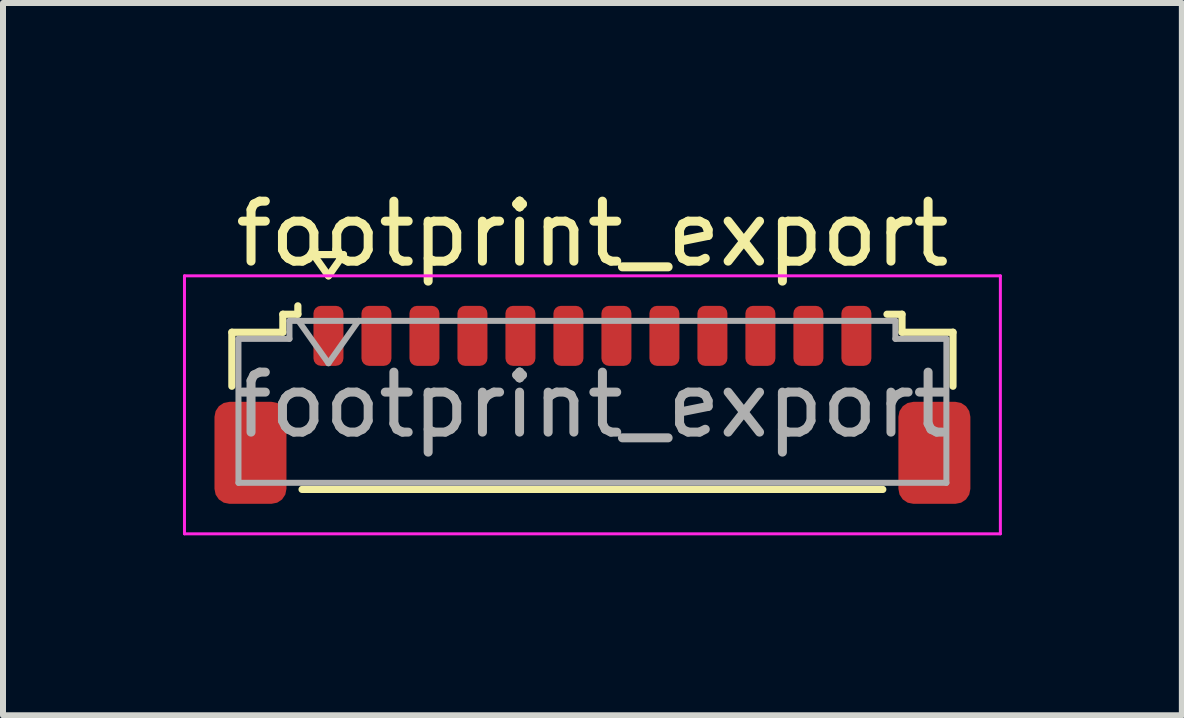
<source format=kicad_pcb>
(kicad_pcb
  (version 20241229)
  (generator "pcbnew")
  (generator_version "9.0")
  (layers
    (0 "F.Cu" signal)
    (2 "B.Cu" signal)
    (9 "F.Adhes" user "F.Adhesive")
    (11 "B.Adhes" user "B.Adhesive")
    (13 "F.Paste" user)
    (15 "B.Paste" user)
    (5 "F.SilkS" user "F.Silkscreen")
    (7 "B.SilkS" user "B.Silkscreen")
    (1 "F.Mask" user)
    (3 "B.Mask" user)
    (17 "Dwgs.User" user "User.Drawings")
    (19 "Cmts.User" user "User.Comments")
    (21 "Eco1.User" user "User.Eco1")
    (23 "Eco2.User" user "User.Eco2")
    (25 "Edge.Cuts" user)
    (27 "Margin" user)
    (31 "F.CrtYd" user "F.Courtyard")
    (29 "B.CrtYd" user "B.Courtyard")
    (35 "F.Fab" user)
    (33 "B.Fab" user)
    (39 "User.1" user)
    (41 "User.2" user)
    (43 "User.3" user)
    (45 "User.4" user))
  (footprint "footprint_export"
    (layer "F.Cu")
    (at 6.825 3.698)
    (property "Reference" "footprint_export" (at 0 -2.85 0) (layer "F.SilkS") (effects (font (size 1 1) (thickness 0.15))))
    (attr smd)
    (fp_line (start -6.01 -1.21) (end -5.16 -1.21) (stroke (width 0.12) (type solid)) (layer "F.SilkS"))
    (fp_line (start -6.01 -0.31) (end -6.01 -1.21) (stroke (width 0.12) (type solid)) (layer "F.SilkS"))
    (fp_line (start -5.16 -1.51) (end -4.91 -1.51) (stroke (width 0.12) (type solid)) (layer "F.SilkS"))
    (fp_line (start -5.16 -1.21) (end -5.16 -1.51) (stroke (width 0.12) (type solid)) (layer "F.SilkS"))
    (fp_line (start -4.91 -1.51) (end -4.91 -1.65) (stroke (width 0.12) (type solid)) (layer "F.SilkS"))
    (fp_line (start -4.84 1.41) (end 4.84 1.41) (stroke (width 0.12) (type solid)) (layer "F.SilkS"))
    (fp_line (start -4.65 -2.504) (end -4.4 -2.15) (stroke (width 0.12) (type solid)) (layer "F.SilkS"))
    (fp_line (start -4.4 -2.15) (end -4.15 -2.504) (stroke (width 0.12) (type solid)) (layer "F.SilkS"))
    (fp_line (start -4.15 -2.504) (end -4.65 -2.504) (stroke (width 0.12) (type solid)) (layer "F.SilkS"))
    (fp_line (start 5.16 -1.51) (end 4.91 -1.51) (stroke (width 0.12) (type solid)) (layer "F.SilkS"))
    (fp_line (start 5.16 -1.21) (end 5.16 -1.51) (stroke (width 0.12) (type solid)) (layer "F.SilkS"))
    (fp_line (start 6.01 -1.21) (end 5.16 -1.21) (stroke (width 0.12) (type solid)) (layer "F.SilkS"))
    (fp_line (start 6.01 -0.31) (end 6.01 -1.21) (stroke (width 0.12) (type solid)) (layer "F.SilkS"))
    (fp_line (start -6.8 -2.15) (end -6.8 2.15) (stroke (width 0.05) (type solid)) (layer "F.CrtYd"))
    (fp_line (start -6.8 2.15) (end 6.8 2.15) (stroke (width 0.05) (type solid)) (layer "F.CrtYd"))
    (fp_line (start 6.8 -2.15) (end -6.8 -2.15) (stroke (width 0.05) (type solid)) (layer "F.CrtYd"))
    (fp_line (start 6.8 2.15) (end 6.8 -2.15) (stroke (width 0.05) (type solid)) (layer "F.CrtYd"))
    (fp_line (start -5.9 -1.1) (end -5.9 1.3) (stroke (width 0.1) (type solid)) (layer "F.Fab"))
    (fp_line (start -5.9 -1.1) (end -5.05 -1.1) (stroke (width 0.1) (type solid)) (layer "F.Fab"))
    (fp_line (start -5.9 1.3) (end 5.9 1.3) (stroke (width 0.1) (type solid)) (layer "F.Fab"))
    (fp_line (start -5.05 -1.4) (end 5.05 -1.4) (stroke (width 0.1) (type solid)) (layer "F.Fab"))
    (fp_line (start -5.05 -1.1) (end -5.05 -1.4) (stroke (width 0.1) (type solid)) (layer "F.Fab"))
    (fp_line (start -4.9 -1.4) (end -4.4 -0.693) (stroke (width 0.1) (type solid)) (layer "F.Fab"))
    (fp_line (start -4.4 -0.693) (end -3.9 -1.4) (stroke (width 0.1) (type solid)) (layer "F.Fab"))
    (fp_line (start 5.05 -1.4) (end 5.05 -1.1) (stroke (width 0.1) (type solid)) (layer "F.Fab"))
    (fp_line (start 5.05 -1.1) (end 5.9 -1.1) (stroke (width 0.1) (type solid)) (layer "F.Fab"))
    (fp_line (start 5.9 -1.1) (end 5.9 1.3) (stroke (width 0.1) (type solid)) (layer "F.Fab"))
    (fp_text user "${REFERENCE}" (at 0 0 0) (layer "F.Fab") (effects (font (size 1 1) (thickness 0.15))))
    (pad "1" smd roundrect (at -4.4 -1.15) (size 0.5 1) (layers "F.Cu" "F.Mask" "F.Paste") (roundrect_rratio 0.25))
    (pad "2" smd roundrect (at -3.6 -1.15) (size 0.5 1) (layers "F.Cu" "F.Mask" "F.Paste") (roundrect_rratio 0.25))
    (pad "3" smd roundrect (at -2.8 -1.15) (size 0.5 1) (layers "F.Cu" "F.Mask" "F.Paste") (roundrect_rratio 0.25))
    (pad "4" smd roundrect (at -2 -1.15) (size 0.5 1) (layers "F.Cu" "F.Mask" "F.Paste") (roundrect_rratio 0.25))
    (pad "5" smd roundrect (at -1.2 -1.15) (size 0.5 1) (layers "F.Cu" "F.Mask" "F.Paste") (roundrect_rratio 0.25))
    (pad "6" smd roundrect (at -0.4 -1.15) (size 0.5 1) (layers "F.Cu" "F.Mask" "F.Paste") (roundrect_rratio 0.25))
    (pad "7" smd roundrect (at 0.4 -1.15) (size 0.5 1) (layers "F.Cu" "F.Mask" "F.Paste") (roundrect_rratio 0.25))
    (pad "8" smd roundrect (at 1.2 -1.15) (size 0.5 1) (layers "F.Cu" "F.Mask" "F.Paste") (roundrect_rratio 0.25))
    (pad "9" smd roundrect (at 2 -1.15) (size 0.5 1) (layers "F.Cu" "F.Mask" "F.Paste") (roundrect_rratio 0.25))
    (pad "10" smd roundrect (at 2.8 -1.15) (size 0.5 1) (layers "F.Cu" "F.Mask" "F.Paste") (roundrect_rratio 0.25))
    (pad "11" smd roundrect (at 3.6 -1.15) (size 0.5 1) (layers "F.Cu" "F.Mask" "F.Paste") (roundrect_rratio 0.25))
    (pad "12" smd roundrect (at 4.4 -1.15) (size 0.5 1) (layers "F.Cu" "F.Mask" "F.Paste") (roundrect_rratio 0.25))
    (pad "MP" smd roundrect (at -5.7 0.8) (size 1.2 1.7) (layers "F.Cu" "F.Mask" "F.Paste") (roundrect_rratio 0.208))
    (pad "MP" smd roundrect (at 5.7 0.8) (size 1.2 1.7) (layers "F.Cu" "F.Mask" "F.Paste") (roundrect_rratio 0.208)))
  (gr_rect
    (start -3 -3)
    (end 16.65 8.873)
    (stroke (width 0.1) (type default))
    (fill no)
    (layer "Edge.Cuts")))
</source>
